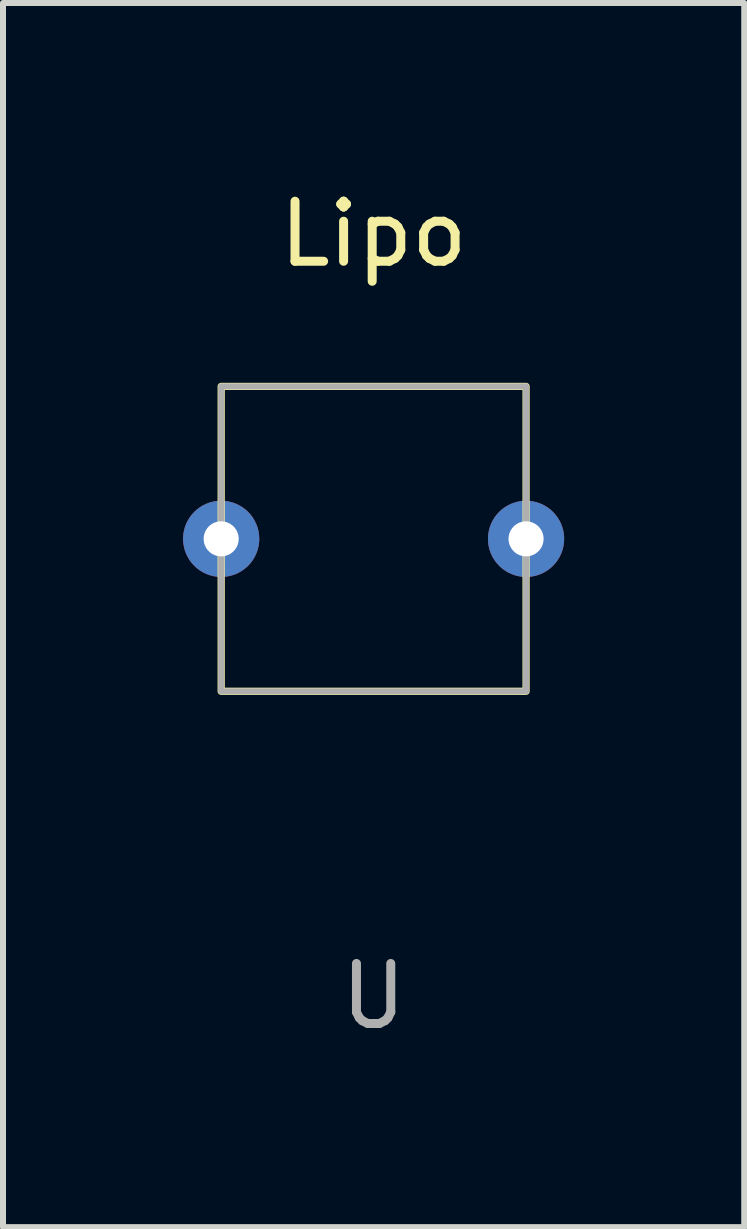
<source format=kicad_pcb>
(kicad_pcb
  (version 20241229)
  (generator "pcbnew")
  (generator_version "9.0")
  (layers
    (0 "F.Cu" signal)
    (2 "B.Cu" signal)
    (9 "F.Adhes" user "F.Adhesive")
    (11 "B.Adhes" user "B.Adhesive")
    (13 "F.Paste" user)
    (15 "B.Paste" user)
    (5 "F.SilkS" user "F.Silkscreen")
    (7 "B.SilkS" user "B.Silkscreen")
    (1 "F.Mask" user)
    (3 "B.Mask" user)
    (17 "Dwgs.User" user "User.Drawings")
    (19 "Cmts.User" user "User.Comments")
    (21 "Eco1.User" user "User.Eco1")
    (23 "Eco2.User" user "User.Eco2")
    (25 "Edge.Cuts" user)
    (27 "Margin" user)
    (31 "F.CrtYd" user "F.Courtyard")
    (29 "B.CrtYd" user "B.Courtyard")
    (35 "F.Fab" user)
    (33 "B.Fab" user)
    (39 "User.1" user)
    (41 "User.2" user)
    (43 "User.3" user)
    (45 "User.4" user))
  (footprint "Lipo"
    (layer "F.Cu")
    (at 3.175 5.928)
    (property "Reference" "Lipo" (at 0 -5.08 0) (unlocked yes) (layer "F.SilkS") (effects (font (size 1 1) (thickness 0.15))))
    (attr through_hole)
    (fp_rect (start -2.54 -2.54) (end 2.54 2.54) (stroke (width 0.12) (type solid)) (fill no) (layer "F.SilkS"))
    (fp_rect (start -2.54 -2.54) (end 2.54 2.54) (stroke (width 0.1) (type solid)) (fill no) (layer "F.Fab"))
    (fp_text user "U" (at 0 7.62 0) (unlocked yes) (layer "F.Fab") (effects (font (size 1 1) (thickness 0.15))))
    (pad "1" thru_hole circle (at -2.54 0) (size 1.27 1.27) (drill 0.584) (layers "*.Cu" "*.Mask"))
    (pad "2" thru_hole circle (at 2.54 0) (size 1.27 1.27) (drill 0.584) (layers "*.Cu" "*.Mask")))
  (gr_rect
    (start -3 -3)
    (end 9.35 17.396)
    (stroke (width 0.1) (type default))
    (fill no)
    (layer "Edge.Cuts")))
</source>
